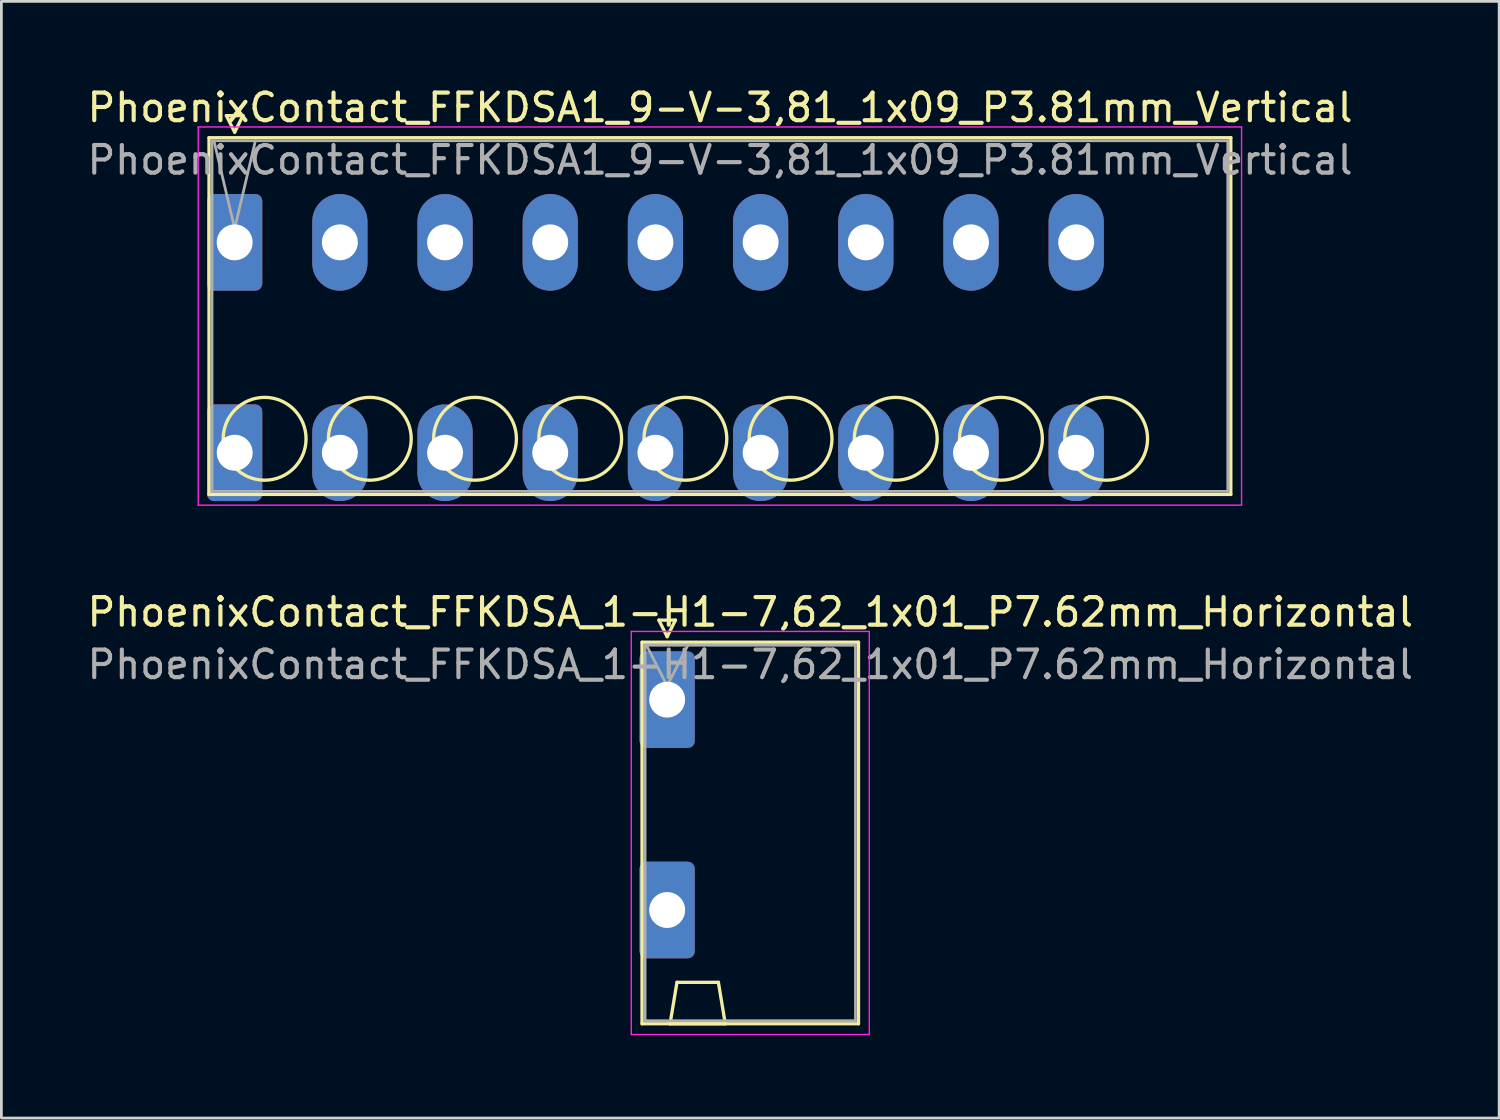
<source format=kicad_pcb>
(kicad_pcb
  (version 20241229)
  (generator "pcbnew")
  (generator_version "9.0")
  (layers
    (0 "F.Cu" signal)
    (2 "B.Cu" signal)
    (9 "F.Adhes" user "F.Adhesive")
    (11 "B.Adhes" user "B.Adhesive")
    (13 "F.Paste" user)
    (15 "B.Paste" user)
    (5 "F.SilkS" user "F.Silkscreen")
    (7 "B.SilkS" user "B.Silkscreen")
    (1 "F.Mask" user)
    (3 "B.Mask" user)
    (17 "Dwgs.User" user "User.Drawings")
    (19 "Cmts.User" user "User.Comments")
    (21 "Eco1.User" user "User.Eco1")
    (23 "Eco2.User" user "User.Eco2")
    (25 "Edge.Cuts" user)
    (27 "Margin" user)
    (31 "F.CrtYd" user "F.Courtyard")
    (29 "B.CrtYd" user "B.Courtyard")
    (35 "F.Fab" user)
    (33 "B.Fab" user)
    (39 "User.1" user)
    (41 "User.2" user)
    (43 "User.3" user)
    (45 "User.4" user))
  (footprint "PhoenixContact_FFKDSA_1-H1-7,62_1x01_P7.62mm_Horizontal"
    (layer "F.Cu")
    (at 21.115 22.291)
    (property "Reference" "PhoenixContact_FFKDSA_1-H1-7,62_1x01_P7.62mm_Horizontal" (at 3.01 -3.17 0) (layer "F.SilkS") (effects (font (size 1 1) (thickness 0.15))))
    (attr through_hole)
    (fp_line (start -0.91 -2.08) (end -0.91 11.74) (stroke (width 0.12) (type solid)) (layer "F.SilkS"))
    (fp_line (start -0.91 11.74) (end 6.93 11.74) (stroke (width 0.12) (type solid)) (layer "F.SilkS"))
    (fp_line (start -0.3 -2.88) (end 0.3 -2.88) (stroke (width 0.12) (type solid)) (layer "F.SilkS"))
    (fp_line (start 0 -2.28) (end -0.3 -2.88) (stroke (width 0.12) (type solid)) (layer "F.SilkS"))
    (fp_line (start 0.105 11.74) (end 2.105 11.74) (stroke (width 0.12) (type solid)) (layer "F.SilkS"))
    (fp_line (start 0.3 -2.88) (end 0 -2.28) (stroke (width 0.12) (type solid)) (layer "F.SilkS"))
    (fp_line (start 0.355 10.24) (end 0.105 11.74) (stroke (width 0.12) (type solid)) (layer "F.SilkS"))
    (fp_line (start 1.855 10.24) (end 0.355 10.24) (stroke (width 0.12) (type solid)) (layer "F.SilkS"))
    (fp_line (start 2.105 11.74) (end 1.855 10.24) (stroke (width 0.12) (type solid)) (layer "F.SilkS"))
    (fp_line (start 6.93 -2.08) (end -0.91 -2.08) (stroke (width 0.12) (type solid)) (layer "F.SilkS"))
    (fp_line (start 6.93 11.74) (end 6.93 -2.08) (stroke (width 0.12) (type solid)) (layer "F.SilkS"))
    (fp_line (start -1.3 -2.47) (end -1.3 12.13) (stroke (width 0.05) (type solid)) (layer "F.CrtYd"))
    (fp_line (start -1.3 12.13) (end 7.32 12.13) (stroke (width 0.05) (type solid)) (layer "F.CrtYd"))
    (fp_line (start 7.32 -2.47) (end -1.3 -2.47) (stroke (width 0.05) (type solid)) (layer "F.CrtYd"))
    (fp_line (start 7.32 12.13) (end 7.32 -2.47) (stroke (width 0.05) (type solid)) (layer "F.CrtYd"))
    (fp_line (start -0.8 -1.97) (end -0.8 11.63) (stroke (width 0.1) (type solid)) (layer "F.Fab"))
    (fp_line (start -0.8 11.63) (end 6.82 11.63) (stroke (width 0.1) (type solid)) (layer "F.Fab"))
    (fp_line (start 0 -0.5) (end -0.75 -1.97) (stroke (width 0.1) (type solid)) (layer "F.Fab"))
    (fp_line (start 0.75 -1.97) (end 0 -0.5) (stroke (width 0.1) (type solid)) (layer "F.Fab"))
    (fp_line (start 6.82 -1.97) (end -0.8 -1.97) (stroke (width 0.1) (type solid)) (layer "F.Fab"))
    (fp_line (start 6.82 11.63) (end 6.82 -1.97) (stroke (width 0.1) (type solid)) (layer "F.Fab"))
    (fp_text user "${REFERENCE}" (at 3.01 -1.27 0) (layer "F.Fab") (effects (font (size 1 1) (thickness 0.15))))
    (pad "1" thru_hole roundrect (at 0 0) (size 2 3.5) (drill 1.3) (layers "*.Cu" "*.Mask") (roundrect_rratio 0.125))
    (pad "1" thru_hole roundrect (at 0 7.62) (size 2 3.5) (drill 1.3) (layers "*.Cu" "*.Mask") (roundrect_rratio 0.125)))
  (footprint "PhoenixContact_FFKDSA1_9-V-3,81_1x09_P3.81mm_Vertical"
    (layer "F.Cu")
    (at 5.45 5.728)
    (property "Reference" "PhoenixContact_FFKDSA1_9-V-3,81_1x09_P3.81mm_Vertical" (at 17.58 -4.88 0) (layer "F.SilkS") (effects (font (size 1 1) (thickness 0.15))))
    (attr through_hole)
    (fp_line (start -0.93 -3.79) (end -0.93 9.13) (stroke (width 0.12) (type solid)) (layer "F.SilkS"))
    (fp_line (start -0.93 9.13) (end 36.08 9.13) (stroke (width 0.12) (type solid)) (layer "F.SilkS"))
    (fp_line (start -0.3 -4.59) (end 0.3 -4.59) (stroke (width 0.12) (type solid)) (layer "F.SilkS"))
    (fp_line (start 0 -3.99) (end -0.3 -4.59) (stroke (width 0.12) (type solid)) (layer "F.SilkS"))
    (fp_line (start 0.3 -4.59) (end 0 -3.99) (stroke (width 0.12) (type solid)) (layer "F.SilkS"))
    (fp_line (start 36.08 -3.79) (end -0.93 -3.79) (stroke (width 0.12) (type solid)) (layer "F.SilkS"))
    (fp_line (start 36.08 9.13) (end 36.08 -3.79) (stroke (width 0.12) (type solid)) (layer "F.SilkS"))
    (fp_circle (center 1.085 7.115) (end 2.585 7.115) (stroke (width 0.12) (type solid)) (fill no) (layer "F.SilkS"))
    (fp_circle (center 4.895 7.115) (end 6.395 7.115) (stroke (width 0.12) (type solid)) (fill no) (layer "F.SilkS"))
    (fp_circle (center 8.705 7.115) (end 10.205 7.115) (stroke (width 0.12) (type solid)) (fill no) (layer "F.SilkS"))
    (fp_circle (center 12.515 7.115) (end 14.015 7.115) (stroke (width 0.12) (type solid)) (fill no) (layer "F.SilkS"))
    (fp_circle (center 16.325 7.115) (end 17.825 7.115) (stroke (width 0.12) (type solid)) (fill no) (layer "F.SilkS"))
    (fp_circle (center 20.135 7.115) (end 21.635 7.115) (stroke (width 0.12) (type solid)) (fill no) (layer "F.SilkS"))
    (fp_circle (center 23.945 7.115) (end 25.445 7.115) (stroke (width 0.12) (type solid)) (fill no) (layer "F.SilkS"))
    (fp_circle (center 27.755 7.115) (end 29.255 7.115) (stroke (width 0.12) (type solid)) (fill no) (layer "F.SilkS"))
    (fp_circle (center 31.565 7.115) (end 33.065 7.115) (stroke (width 0.12) (type solid)) (fill no) (layer "F.SilkS"))
    (fp_line (start -1.32 -4.18) (end -1.32 9.52) (stroke (width 0.05) (type solid)) (layer "F.CrtYd"))
    (fp_line (start -1.32 9.52) (end 36.47 9.52) (stroke (width 0.05) (type solid)) (layer "F.CrtYd"))
    (fp_line (start 36.47 -4.18) (end -1.32 -4.18) (stroke (width 0.05) (type solid)) (layer "F.CrtYd"))
    (fp_line (start 36.47 9.52) (end 36.47 -4.18) (stroke (width 0.05) (type solid)) (layer "F.CrtYd"))
    (fp_line (start -0.82 -3.68) (end -0.82 9.02) (stroke (width 0.1) (type solid)) (layer "F.Fab"))
    (fp_line (start -0.82 9.02) (end 35.97 9.02) (stroke (width 0.1) (type solid)) (layer "F.Fab"))
    (fp_line (start 0 -0.5) (end -0.75 -3.68) (stroke (width 0.1) (type solid)) (layer "F.Fab"))
    (fp_line (start 0.75 -3.68) (end 0 -0.5) (stroke (width 0.1) (type solid)) (layer "F.Fab"))
    (fp_line (start 35.97 -3.68) (end -0.82 -3.68) (stroke (width 0.1) (type solid)) (layer "F.Fab"))
    (fp_line (start 35.97 9.02) (end 35.97 -3.68) (stroke (width 0.1) (type solid)) (layer "F.Fab"))
    (fp_text user "${REFERENCE}" (at 17.58 -2.98 0) (layer "F.Fab") (effects (font (size 1 1) (thickness 0.15))))
    (pad "1" thru_hole roundrect (at 0 0) (size 2 3.5) (drill 1.3) (layers "*.Cu" "*.Mask") (roundrect_rratio 0.125))
    (pad "1" thru_hole roundrect (at 0 7.62) (size 2 3.5) (drill 1.3) (layers "*.Cu" "*.Mask") (roundrect_rratio 0.125))
    (pad "2" thru_hole oval (at 3.81 0) (size 2 3.5) (drill 1.3) (layers "*.Cu" "*.Mask"))
    (pad "2" thru_hole oval (at 3.81 7.62) (size 2 3.5) (drill 1.3) (layers "*.Cu" "*.Mask"))
    (pad "3" thru_hole oval (at 7.62 0) (size 2 3.5) (drill 1.3) (layers "*.Cu" "*.Mask"))
    (pad "3" thru_hole oval (at 7.62 7.62) (size 2 3.5) (drill 1.3) (layers "*.Cu" "*.Mask"))
    (pad "4" thru_hole oval (at 11.43 0) (size 2 3.5) (drill 1.3) (layers "*.Cu" "*.Mask"))
    (pad "4" thru_hole oval (at 11.43 7.62) (size 2 3.5) (drill 1.3) (layers "*.Cu" "*.Mask"))
    (pad "5" thru_hole oval (at 15.24 0) (size 2 3.5) (drill 1.3) (layers "*.Cu" "*.Mask"))
    (pad "5" thru_hole oval (at 15.24 7.62) (size 2 3.5) (drill 1.3) (layers "*.Cu" "*.Mask"))
    (pad "6" thru_hole oval (at 19.05 0) (size 2 3.5) (drill 1.3) (layers "*.Cu" "*.Mask"))
    (pad "6" thru_hole oval (at 19.05 7.62) (size 2 3.5) (drill 1.3) (layers "*.Cu" "*.Mask"))
    (pad "7" thru_hole oval (at 22.86 0) (size 2 3.5) (drill 1.3) (layers "*.Cu" "*.Mask"))
    (pad "7" thru_hole oval (at 22.86 7.62) (size 2 3.5) (drill 1.3) (layers "*.Cu" "*.Mask"))
    (pad "8" thru_hole oval (at 26.67 0) (size 2 3.5) (drill 1.3) (layers "*.Cu" "*.Mask"))
    (pad "8" thru_hole oval (at 26.67 7.62) (size 2 3.5) (drill 1.3) (layers "*.Cu" "*.Mask"))
    (pad "9" thru_hole oval (at 30.48 0) (size 2 3.5) (drill 1.3) (layers "*.Cu" "*.Mask"))
    (pad "9" thru_hole oval (at 30.48 7.62) (size 2 3.5) (drill 1.3) (layers "*.Cu" "*.Mask")))
  (gr_rect
    (start -3 -3)
    (end 51.25 37.447)
    (stroke (width 0.1) (type default))
    (fill no)
    (layer "Edge.Cuts")))
</source>
